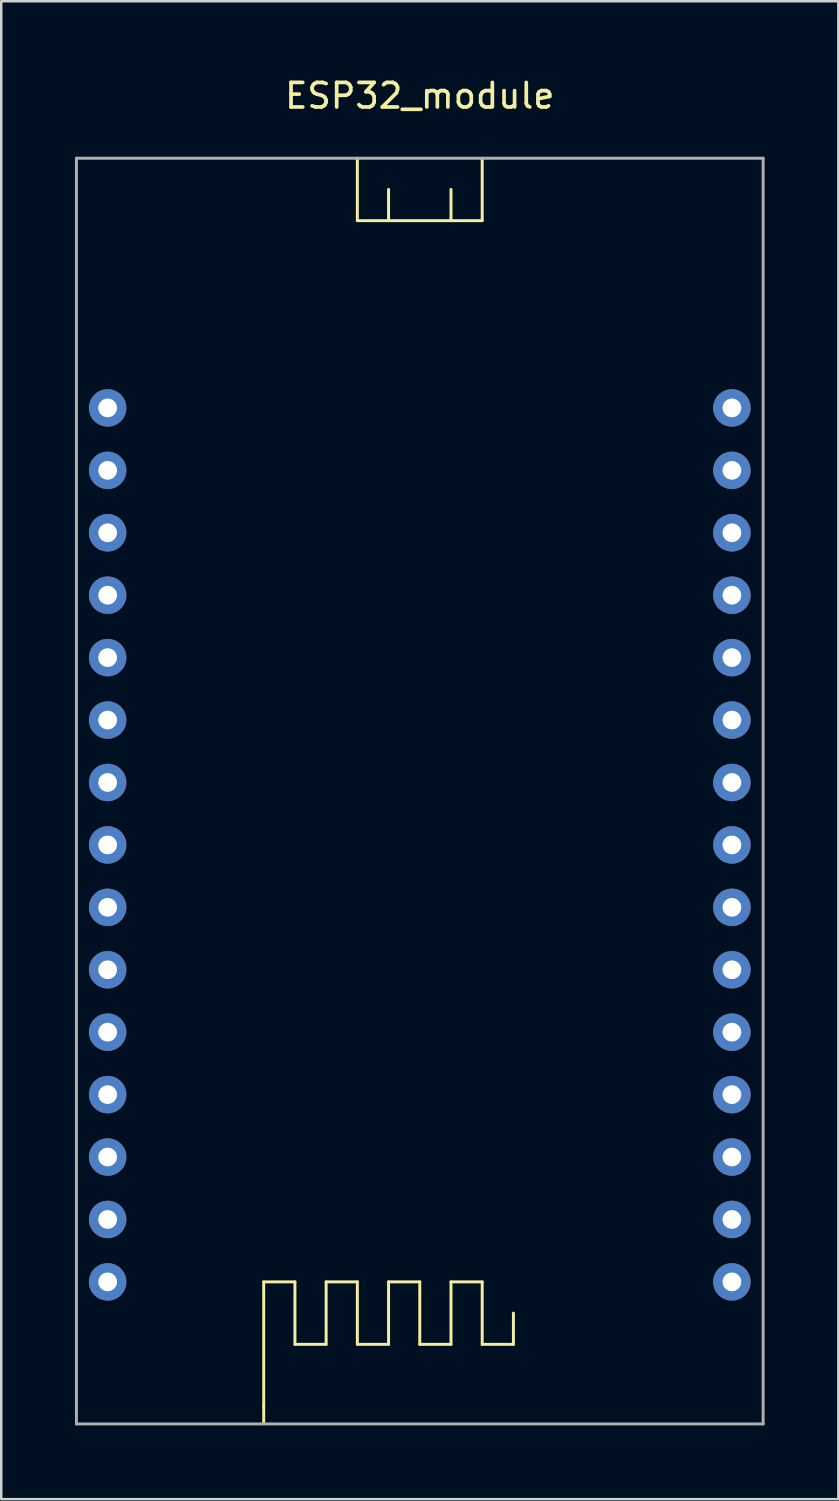
<source format=kicad_pcb>
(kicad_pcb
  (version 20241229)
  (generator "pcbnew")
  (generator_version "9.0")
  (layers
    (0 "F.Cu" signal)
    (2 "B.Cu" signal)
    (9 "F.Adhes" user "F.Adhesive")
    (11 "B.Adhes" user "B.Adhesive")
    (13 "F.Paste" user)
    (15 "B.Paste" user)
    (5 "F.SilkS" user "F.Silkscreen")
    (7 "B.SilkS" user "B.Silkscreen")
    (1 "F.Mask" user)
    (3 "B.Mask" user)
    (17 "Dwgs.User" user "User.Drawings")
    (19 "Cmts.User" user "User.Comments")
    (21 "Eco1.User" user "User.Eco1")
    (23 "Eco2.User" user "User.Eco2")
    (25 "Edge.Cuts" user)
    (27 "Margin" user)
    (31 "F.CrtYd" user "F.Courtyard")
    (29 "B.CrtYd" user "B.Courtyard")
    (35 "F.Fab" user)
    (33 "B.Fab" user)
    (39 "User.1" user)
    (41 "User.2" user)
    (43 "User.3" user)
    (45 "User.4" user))
  (footprint "ESP32_module"
    (layer "F.Cu")
    (at 7.68 23.708)
    (property "Reference" "ESP32_module" (at 6.35 -22.86 0) (layer "F.SilkS") (effects (font (size 1 1) (thickness 0.15))))
    (attr through_hole)
    (fp_line (start 0 25.4) (end 1.27 25.4) (stroke (width 0.12) (type solid)) (layer "F.SilkS"))
    (fp_line (start 0 30.48) (end 0 25.4) (stroke (width 0.12) (type solid)) (layer "F.SilkS"))
    (fp_line (start 0 30.48) (end 0 31.17) (stroke (width 0.12) (type solid)) (layer "F.SilkS"))
    (fp_line (start 1.27 25.4) (end 1.27 27.94) (stroke (width 0.12) (type solid)) (layer "F.SilkS"))
    (fp_line (start 1.27 27.94) (end 2.54 27.94) (stroke (width 0.12) (type solid)) (layer "F.SilkS"))
    (fp_line (start 2.54 25.4) (end 3.81 25.4) (stroke (width 0.12) (type solid)) (layer "F.SilkS"))
    (fp_line (start 2.54 27.94) (end 2.54 25.4) (stroke (width 0.12) (type solid)) (layer "F.SilkS"))
    (fp_line (start 3.81 -20.32) (end 3.81 -17.78) (stroke (width 0.12) (type solid)) (layer "F.SilkS"))
    (fp_line (start 3.81 -17.78) (end 8.89 -17.78) (stroke (width 0.12) (type solid)) (layer "F.SilkS"))
    (fp_line (start 3.81 25.4) (end 3.81 27.94) (stroke (width 0.12) (type solid)) (layer "F.SilkS"))
    (fp_line (start 3.81 27.94) (end 5.08 27.94) (stroke (width 0.12) (type solid)) (layer "F.SilkS"))
    (fp_line (start 5.08 -17.78) (end 5.08 -19.05) (stroke (width 0.12) (type solid)) (layer "F.SilkS"))
    (fp_line (start 5.08 25.4) (end 6.35 25.4) (stroke (width 0.12) (type solid)) (layer "F.SilkS"))
    (fp_line (start 5.08 27.94) (end 5.08 25.4) (stroke (width 0.12) (type solid)) (layer "F.SilkS"))
    (fp_line (start 6.35 25.4) (end 6.35 27.94) (stroke (width 0.12) (type solid)) (layer "F.SilkS"))
    (fp_line (start 6.35 27.94) (end 7.62 27.94) (stroke (width 0.12) (type solid)) (layer "F.SilkS"))
    (fp_line (start 7.62 -17.78) (end 7.62 -19.05) (stroke (width 0.12) (type solid)) (layer "F.SilkS"))
    (fp_line (start 7.62 25.4) (end 8.89 25.4) (stroke (width 0.12) (type solid)) (layer "F.SilkS"))
    (fp_line (start 7.62 27.94) (end 7.62 25.4) (stroke (width 0.12) (type solid)) (layer "F.SilkS"))
    (fp_line (start 8.89 -17.78) (end 8.89 -20.32) (stroke (width 0.12) (type solid)) (layer "F.SilkS"))
    (fp_line (start 8.89 25.4) (end 8.89 27.94) (stroke (width 0.12) (type solid)) (layer "F.SilkS"))
    (fp_line (start 8.89 27.94) (end 10.16 27.94) (stroke (width 0.12) (type solid)) (layer "F.SilkS"))
    (fp_line (start 10.16 27.94) (end 10.16 26.67) (stroke (width 0.12) (type solid)) (layer "F.SilkS"))
    (fp_circle (center -5.08 -17.78) (end -5.08 -16.51) (stroke (width 0.12) (type solid)) (fill no) (layer "Eco2.User"))
    (fp_circle (center -5.08 29.21) (end -5.08 30.48) (stroke (width 0.12) (type solid)) (fill no) (layer "Eco2.User"))
    (fp_circle (center 17.78 -17.78) (end 17.78 -16.51) (stroke (width 0.12) (type solid)) (fill no) (layer "Eco2.User"))
    (fp_circle (center 17.78 29.21) (end 17.78 30.48) (stroke (width 0.12) (type solid)) (fill no) (layer "Eco2.User"))
    (fp_line (start -7.62 -20.32) (end -7.62 31.18) (stroke (width 0.12) (type solid)) (layer "F.Fab"))
    (fp_line (start -7.62 31.18) (end 20.32 31.18) (stroke (width 0.12) (type solid)) (layer "F.Fab"))
    (fp_line (start 20.32 -20.32) (end -7.62 -20.32) (stroke (width 0.12) (type solid)) (layer "F.Fab"))
    (fp_line (start 20.32 31.18) (end 20.32 -20.32) (stroke (width 0.12) (type solid)) (layer "F.Fab"))
    (pad "1" thru_hole circle (at -6.35 -10.16) (size 1.524 1.524) (drill 0.762) (layers "*.Cu" "*.Mask"))
    (pad "2" thru_hole circle (at -6.35 -7.62) (size 1.524 1.524) (drill 0.762) (layers "*.Cu" "*.Mask"))
    (pad "3" thru_hole circle (at -6.35 -5.08) (size 1.524 1.524) (drill 0.762) (layers "*.Cu" "*.Mask"))
    (pad "4" thru_hole circle (at -6.35 -2.54) (size 1.524 1.524) (drill 0.762) (layers "*.Cu" "*.Mask"))
    (pad "5" thru_hole circle (at -6.35 0) (size 1.524 1.524) (drill 0.762) (layers "*.Cu" "*.Mask"))
    (pad "6" thru_hole circle (at -6.35 2.54) (size 1.524 1.524) (drill 0.762) (layers "*.Cu" "*.Mask"))
    (pad "7" thru_hole circle (at -6.35 5.08) (size 1.524 1.524) (drill 0.762) (layers "*.Cu" "*.Mask"))
    (pad "8" thru_hole circle (at -6.35 7.62) (size 1.524 1.524) (drill 0.762) (layers "*.Cu" "*.Mask"))
    (pad "9" thru_hole circle (at -6.35 10.16) (size 1.524 1.524) (drill 0.762) (layers "*.Cu" "*.Mask"))
    (pad "10" thru_hole circle (at -6.35 12.7) (size 1.524 1.524) (drill 0.762) (layers "*.Cu" "*.Mask"))
    (pad "11" thru_hole circle (at -6.35 15.24) (size 1.524 1.524) (drill 0.762) (layers "*.Cu" "*.Mask"))
    (pad "12" thru_hole circle (at -6.35 17.78) (size 1.524 1.524) (drill 0.762) (layers "*.Cu" "*.Mask"))
    (pad "13" thru_hole circle (at -6.35 20.32) (size 1.524 1.524) (drill 0.762) (layers "*.Cu" "*.Mask"))
    (pad "14" thru_hole circle (at -6.35 22.86) (size 1.524 1.524) (drill 0.762) (layers "*.Cu" "*.Mask"))
    (pad "15" thru_hole circle (at -6.35 25.4) (size 1.524 1.524) (drill 0.762) (layers "*.Cu" "*.Mask"))
    (pad "16" thru_hole circle (at 19.05 -10.16) (size 1.524 1.524) (drill 0.762) (layers "*.Cu" "*.Mask"))
    (pad "17" thru_hole circle (at 19.05 -7.62) (size 1.524 1.524) (drill 0.762) (layers "*.Cu" "*.Mask"))
    (pad "18" thru_hole circle (at 19.05 -5.08) (size 1.524 1.524) (drill 0.762) (layers "*.Cu" "*.Mask"))
    (pad "19" thru_hole circle (at 19.05 -2.54) (size 1.524 1.524) (drill 0.762) (layers "*.Cu" "*.Mask"))
    (pad "20" thru_hole circle (at 19.05 0) (size 1.524 1.524) (drill 0.762) (layers "*.Cu" "*.Mask"))
    (pad "21" thru_hole circle (at 19.05 2.54) (size 1.524 1.524) (drill 0.762) (layers "*.Cu" "*.Mask"))
    (pad "22" thru_hole circle (at 19.05 5.08) (size 1.524 1.524) (drill 0.762) (layers "*.Cu" "*.Mask"))
    (pad "23" thru_hole circle (at 19.05 7.62) (size 1.524 1.524) (drill 0.762) (layers "*.Cu" "*.Mask"))
    (pad "24" thru_hole circle (at 19.05 10.16) (size 1.524 1.524) (drill 0.762) (layers "*.Cu" "*.Mask"))
    (pad "25" thru_hole circle (at 19.05 12.7) (size 1.524 1.524) (drill 0.762) (layers "*.Cu" "*.Mask"))
    (pad "26" thru_hole circle (at 19.05 15.24) (size 1.524 1.524) (drill 0.762) (layers "*.Cu" "*.Mask"))
    (pad "27" thru_hole circle (at 19.05 17.78) (size 1.524 1.524) (drill 0.762) (layers "*.Cu" "*.Mask"))
    (pad "28" thru_hole circle (at 19.05 20.32) (size 1.524 1.524) (drill 0.762) (layers "*.Cu" "*.Mask"))
    (pad "29" thru_hole circle (at 19.05 22.86) (size 1.524 1.524) (drill 0.762) (layers "*.Cu" "*.Mask"))
    (pad "30" thru_hole circle (at 19.05 25.4) (size 1.524 1.524) (drill 0.762) (layers "*.Cu" "*.Mask")))
  (gr_rect
    (start -3 -3)
    (end 31.06 57.948)
    (stroke (width 0.1) (type default))
    (fill no)
    (layer "Edge.Cuts")))
</source>
